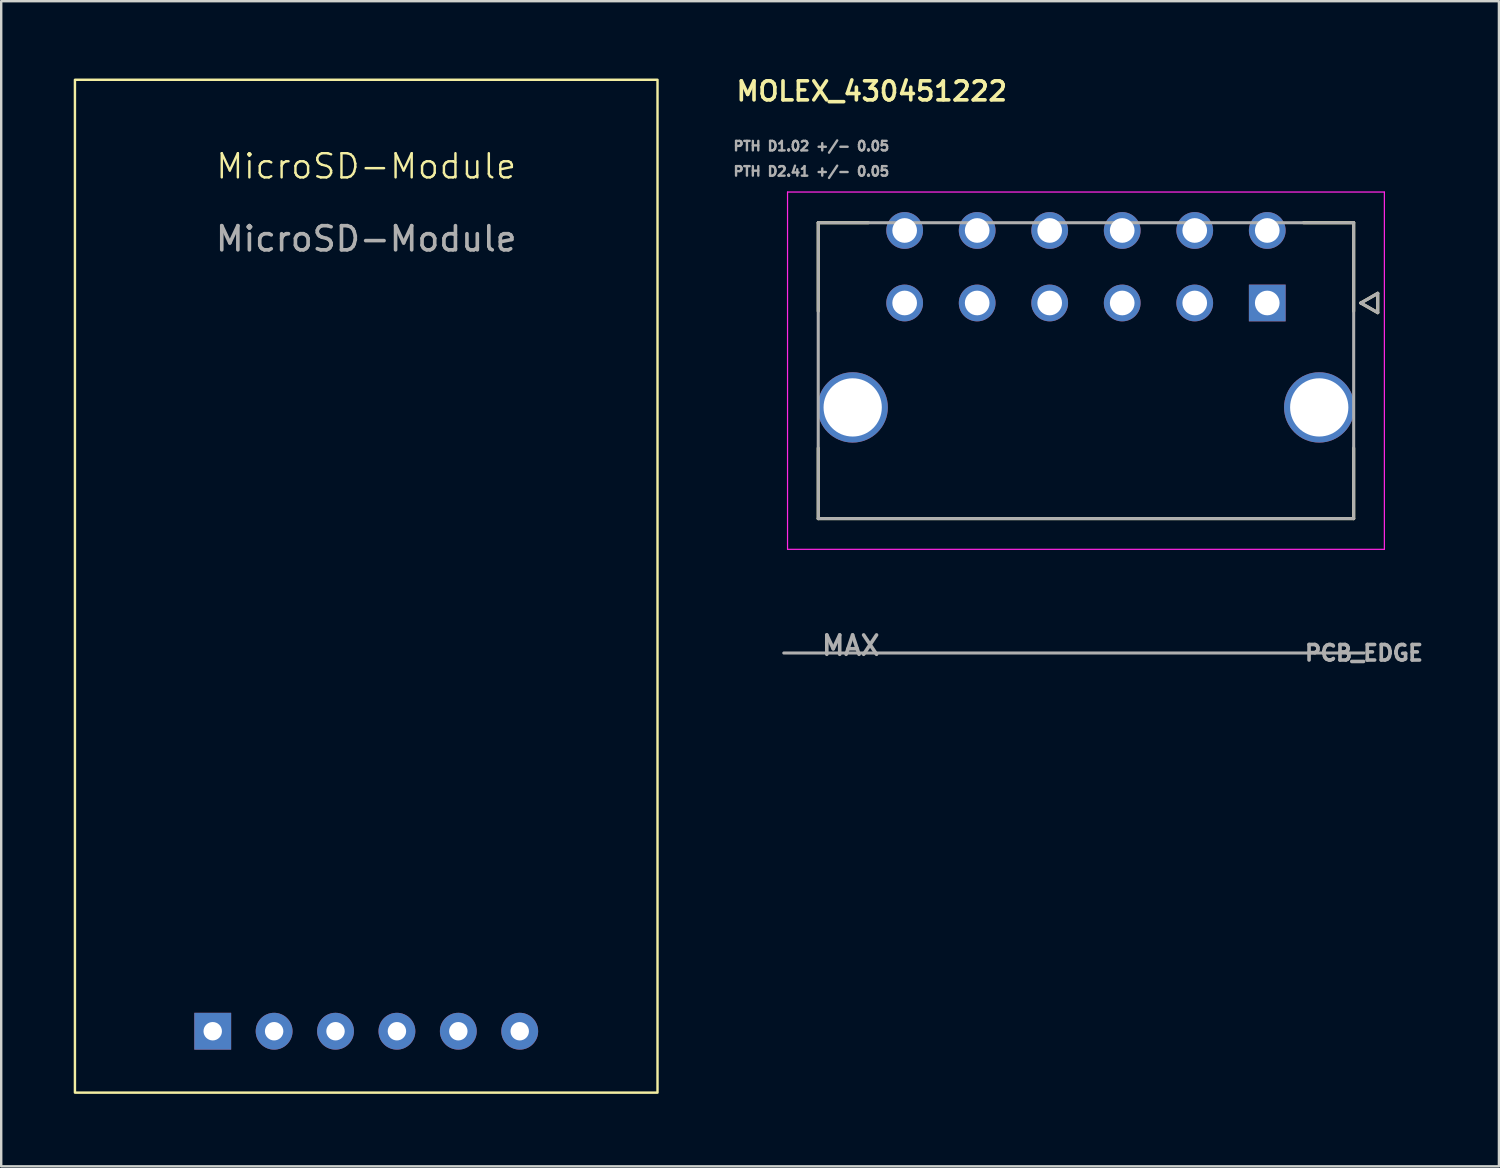
<source format=kicad_pcb>
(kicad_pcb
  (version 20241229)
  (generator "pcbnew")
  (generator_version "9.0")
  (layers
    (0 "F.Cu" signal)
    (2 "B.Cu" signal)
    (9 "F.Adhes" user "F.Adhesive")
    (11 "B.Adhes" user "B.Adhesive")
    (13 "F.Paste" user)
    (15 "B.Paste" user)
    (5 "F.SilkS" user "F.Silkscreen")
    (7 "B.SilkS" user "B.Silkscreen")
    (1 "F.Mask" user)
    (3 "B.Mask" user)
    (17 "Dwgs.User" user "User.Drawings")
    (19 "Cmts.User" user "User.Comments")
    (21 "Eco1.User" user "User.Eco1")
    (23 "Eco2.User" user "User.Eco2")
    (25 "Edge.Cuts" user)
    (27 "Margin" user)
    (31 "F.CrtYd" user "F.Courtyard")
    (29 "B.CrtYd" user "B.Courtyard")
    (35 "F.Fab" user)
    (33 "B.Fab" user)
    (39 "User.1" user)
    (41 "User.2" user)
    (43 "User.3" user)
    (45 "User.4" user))
  (footprint "MicroSD-Module"
    (layer "F.Cu")
    (at 12.1 0.25)
    (property "Reference" "MicroSD-Module" (at 0 3.58 0) (unlocked yes) (layer "F.SilkS") (effects (font (size 1 1) (thickness 0.1))))
    (attr through_hole)
    (fp_rect (start -12.05 0) (end 12.05 41.9) (stroke (width 0.1) (type default)) (fill no) (layer "F.SilkS"))
    (fp_text user "${REFERENCE}" (at 0 6.58 0) (unlocked yes) (layer "F.Fab") (effects (font (size 1 1) (thickness 0.15))))
    (pad "1" thru_hole rect (at -6.35 39.36) (size 1.524 1.524) (drill 0.762) (layers "*.Cu" "*.Mask"))
    (pad "2" thru_hole circle (at -3.81 39.36) (size 1.524 1.524) (drill 0.762) (layers "*.Cu" "*.Mask"))
    (pad "3" thru_hole circle (at -1.27 39.36) (size 1.524 1.524) (drill 0.762) (layers "*.Cu" "*.Mask"))
    (pad "4" thru_hole circle (at 1.27 39.36) (size 1.524 1.524) (drill 0.762) (layers "*.Cu" "*.Mask"))
    (pad "5" thru_hole circle (at 3.81 39.36) (size 1.524 1.524) (drill 0.762) (layers "*.Cu" "*.Mask"))
    (pad "6" thru_hole circle (at 6.35 39.36) (size 1.524 1.524) (drill 0.762) (layers "*.Cu" "*.Mask")))
  (footprint "MOLEX_430451222"
    (layer "F.Cu")
    (at 49.374 9.484)
    (property "Reference" "MOLEX_430451222" (at -16.36 -8.76 0) (layer "F.SilkS") (effects (font (size 0.787 0.787) (thickness 0.15))))
    (attr through_hole)
    (fp_circle (center -17.15 4.32) (end -16.384 4.32) (stroke (width 1.531) (type solid)) (fill no) (layer "F.Mask"))
    (fp_circle (center -15 -3) (end -14.582 -3) (stroke (width 0.836) (type solid)) (fill no) (layer "F.Mask"))
    (fp_circle (center -15 0) (end -14.582 0) (stroke (width 0.836) (type solid)) (fill no) (layer "F.Mask"))
    (fp_circle (center -12 -3) (end -11.582 -3) (stroke (width 0.836) (type solid)) (fill no) (layer "F.Mask"))
    (fp_circle (center -12 0) (end -11.582 0) (stroke (width 0.836) (type solid)) (fill no) (layer "F.Mask"))
    (fp_circle (center -9 -3) (end -8.582 -3) (stroke (width 0.836) (type solid)) (fill no) (layer "F.Mask"))
    (fp_circle (center -9 0) (end -8.582 0) (stroke (width 0.836) (type solid)) (fill no) (layer "F.Mask"))
    (fp_circle (center -6 -3) (end -5.582 -3) (stroke (width 0.836) (type solid)) (fill no) (layer "F.Mask"))
    (fp_circle (center -6 0) (end -5.582 0) (stroke (width 0.836) (type solid)) (fill no) (layer "F.Mask"))
    (fp_circle (center -3 -3) (end -2.582 -3) (stroke (width 0.836) (type solid)) (fill no) (layer "F.Mask"))
    (fp_circle (center -3 0) (end -2.582 0) (stroke (width 0.836) (type solid)) (fill no) (layer "F.Mask"))
    (fp_circle (center 0 -3) (end 0.418 -3) (stroke (width 0.836) (type solid)) (fill no) (layer "F.Mask"))
    (fp_circle (center 2.15 4.32) (end 2.916 4.32) (stroke (width 1.531) (type solid)) (fill no) (layer "F.Mask"))
    (fp_poly (pts (xy -0.836 -0.836) (xy 0.836 -0.836) (xy 0.836 0.836) (xy -0.836 0.836)) (stroke (width 0.01) (type solid)) (fill yes) (layer "F.Mask"))
    (fp_circle (center -17.15 4.32) (end -16.384 4.32) (stroke (width 1.531) (type solid)) (fill no) (layer "B.Mask"))
    (fp_circle (center -15 -3) (end -14.582 -3) (stroke (width 0.836) (type solid)) (fill no) (layer "B.Mask"))
    (fp_circle (center -15 0) (end -14.582 0) (stroke (width 0.836) (type solid)) (fill no) (layer "B.Mask"))
    (fp_circle (center -12 -3) (end -11.582 -3) (stroke (width 0.836) (type solid)) (fill no) (layer "B.Mask"))
    (fp_circle (center -12 0) (end -11.582 0) (stroke (width 0.836) (type solid)) (fill no) (layer "B.Mask"))
    (fp_circle (center -9 -3) (end -8.582 -3) (stroke (width 0.836) (type solid)) (fill no) (layer "B.Mask"))
    (fp_circle (center -9 0) (end -8.582 0) (stroke (width 0.836) (type solid)) (fill no) (layer "B.Mask"))
    (fp_circle (center -6 -3) (end -5.582 -3) (stroke (width 0.836) (type solid)) (fill no) (layer "B.Mask"))
    (fp_circle (center -6 0) (end -5.582 0) (stroke (width 0.836) (type solid)) (fill no) (layer "B.Mask"))
    (fp_circle (center -3 -3) (end -2.582 -3) (stroke (width 0.836) (type solid)) (fill no) (layer "B.Mask"))
    (fp_circle (center -3 0) (end -2.582 0) (stroke (width 0.836) (type solid)) (fill no) (layer "B.Mask"))
    (fp_circle (center 0 -3) (end 0.418 -3) (stroke (width 0.836) (type solid)) (fill no) (layer "B.Mask"))
    (fp_circle (center 2.15 4.32) (end 2.916 4.32) (stroke (width 1.531) (type solid)) (fill no) (layer "B.Mask"))
    (fp_poly (pts (xy -0.836 -0.836) (xy 0.836 -0.836) (xy 0.836 0.836) (xy -0.836 0.836)) (stroke (width 0.01) (type solid)) (fill yes) (layer "B.Mask"))
    (fp_line (start -18.575 -3.32) (end -18.575 0.34) (stroke (width 0.127) (type solid)) (layer "F.SilkS"))
    (fp_line (start -18.575 6) (end -18.575 8.92) (stroke (width 0.127) (type solid)) (layer "F.SilkS"))
    (fp_line (start -18.575 8.92) (end 3.575 8.92) (stroke (width 0.127) (type solid)) (layer "F.SilkS"))
    (fp_line (start -16.5 -3.32) (end -18.575 -3.32) (stroke (width 0.127) (type solid)) (layer "F.SilkS"))
    (fp_line (start 3.575 -3.32) (end 1.5 -3.32) (stroke (width 0.127) (type solid)) (layer "F.SilkS"))
    (fp_line (start 3.575 0.34) (end 3.575 -3.32) (stroke (width 0.127) (type solid)) (layer "F.SilkS"))
    (fp_line (start 3.575 8.92) (end 3.575 6) (stroke (width 0.127) (type solid)) (layer "F.SilkS"))
    (fp_line (start 3.87 0) (end 4.57 0.4) (stroke (width 0.127) (type solid)) (layer "F.SilkS"))
    (fp_line (start 4.57 -0.4) (end 3.87 0) (stroke (width 0.127) (type solid)) (layer "F.SilkS"))
    (fp_line (start 4.57 0.4) (end 4.57 -0.4) (stroke (width 0.127) (type solid)) (layer "F.SilkS"))
    (fp_line (start -19.845 -4.59) (end 4.845 -4.59) (stroke (width 0.05) (type solid)) (layer "F.CrtYd"))
    (fp_line (start -19.845 10.19) (end -19.845 -4.59) (stroke (width 0.05) (type solid)) (layer "F.CrtYd"))
    (fp_line (start 4.845 -4.59) (end 4.845 10.19) (stroke (width 0.05) (type solid)) (layer "F.CrtYd"))
    (fp_line (start 4.845 10.19) (end -19.845 10.19) (stroke (width 0.05) (type solid)) (layer "F.CrtYd"))
    (fp_line (start -20 14.48) (end 4 14.48) (stroke (width 0.127) (type solid)) (layer "F.Fab"))
    (fp_line (start -18.575 -3.32) (end 3.575 -3.32) (stroke (width 0.127) (type solid)) (layer "F.Fab"))
    (fp_line (start -18.575 8.92) (end -18.575 -3.32) (stroke (width 0.127) (type solid)) (layer "F.Fab"))
    (fp_line (start 3.575 -3.32) (end 3.575 8.92) (stroke (width 0.127) (type solid)) (layer "F.Fab"))
    (fp_line (start 3.575 8.92) (end -18.575 8.92) (stroke (width 0.127) (type solid)) (layer "F.Fab"))
    (fp_line (start 3.87 0) (end 4.57 0.4) (stroke (width 0.127) (type solid)) (layer "F.Fab"))
    (fp_line (start 4.57 -0.4) (end 3.87 0) (stroke (width 0.127) (type solid)) (layer "F.Fab"))
    (fp_line (start 4.57 0.4) (end 4.57 -0.4) (stroke (width 0.127) (type solid)) (layer "F.Fab"))
    (fp_text user "PTH D1.02 +/- 0.05" (at -18.86 -6.49 0) (layer "F.Fab") (effects (font (size 0.394 0.394) (thickness 0.15))))
    (fp_text user "PCB_EDGE" (at 4 14.48 0) (layer "F.Fab") (effects (font (size 0.64 0.64) (thickness 0.15))))
    (fp_text user "MAX" (at -17.23 14.17 0) (layer "F.Fab") (effects (font (size 0.8 0.8) (thickness 0.15))))
    (fp_text user "PTH D2.41 +/- 0.05" (at -18.86 -5.445 0) (layer "F.Fab") (effects (font (size 0.394 0.394) (thickness 0.15))))
    (pad "1" thru_hole rect (at 0 0) (size 1.52 1.52) (drill 1.02) (layers "*.Cu"))
    (pad "2" thru_hole circle (at -3 0) (size 1.52 1.52) (drill 1.02) (layers "*.Cu"))
    (pad "3" thru_hole circle (at -6 0) (size 1.52 1.52) (drill 1.02) (layers "*.Cu"))
    (pad "4" thru_hole circle (at -9 0) (size 1.52 1.52) (drill 1.02) (layers "*.Cu"))
    (pad "5" thru_hole circle (at -12 0) (size 1.52 1.52) (drill 1.02) (layers "*.Cu"))
    (pad "6" thru_hole circle (at -15 0) (size 1.52 1.52) (drill 1.02) (layers "*.Cu"))
    (pad "7" thru_hole circle (at 0 -3) (size 1.52 1.52) (drill 1.02) (layers "*.Cu"))
    (pad "8" thru_hole circle (at -3 -3) (size 1.52 1.52) (drill 1.02) (layers "*.Cu"))
    (pad "9" thru_hole circle (at -6 -3) (size 1.52 1.52) (drill 1.02) (layers "*.Cu"))
    (pad "10" thru_hole circle (at -9 -3) (size 1.52 1.52) (drill 1.02) (layers "*.Cu"))
    (pad "11" thru_hole circle (at -12 -3) (size 1.52 1.52) (drill 1.02) (layers "*.Cu"))
    (pad "12" thru_hole circle (at -15 -3) (size 1.52 1.52) (drill 1.02) (layers "*.Cu"))
    (pad "S1" thru_hole circle (at 2.15 4.32) (size 2.91 2.91) (drill 2.41) (layers "*.Cu"))
    (pad "S2" thru_hole circle (at -17.15 4.32) (size 2.91 2.91) (drill 2.41) (layers "*.Cu"))
    (zone (net_name "") (layer "F.Cu") (hatch full 0.508) (connect_pads) (min_thickness 0.01) (filled_areas_thickness no) (keepout (tracks not_allowed) (vias not_allowed) (pads not_allowed) (copperpour not_allowed) (footprints allowed)) (placement (enabled no)) (fill) (polygon (pts (xy 30.299 10.144) (xy 32.749 10.144) (xy 32.749 11.744) (xy 30.299 11.744))))
    (zone (net_name "") (layer "F.Cu") (hatch full 0.508) (connect_pads) (min_thickness 0.01) (filled_areas_thickness no) (keepout (tracks not_allowed) (vias not_allowed) (pads not_allowed) (copperpour not_allowed) (footprints allowed)) (placement (enabled no)) (fill) (polygon (pts (xy 50.999 10.144) (xy 53.449 10.144) (xy 53.449 11.744) (xy 50.999 11.744))))
    (zone (net_name "") (layers "F.Cu" "B.Cu") (hatch full 0.508) (connect_pads) (min_thickness 0.01) (filled_areas_thickness no) (keepout (tracks allowed) (vias not_allowed) (pads allowed) (copperpour allowed) (footprints allowed)) (placement (enabled no)) (fill) (polygon (pts (xy 30.299 10.144) (xy 32.749 10.144) (xy 32.749 11.744) (xy 30.299 11.744))))
    (zone (net_name "") (layers "F.Cu" "B.Cu") (hatch full 0.508) (connect_pads) (min_thickness 0.01) (filled_areas_thickness no) (keepout (tracks allowed) (vias not_allowed) (pads allowed) (copperpour allowed) (footprints allowed)) (placement (enabled no)) (fill) (polygon (pts (xy 50.999 10.144) (xy 53.449 10.144) (xy 53.449 11.744) (xy 50.999 11.744)))))
  (gr_rect
    (start -3 -3)
    (end 58.958 45.2)
    (stroke (width 0.1) (type default))
    (fill no)
    (layer "Edge.Cuts")))
</source>
